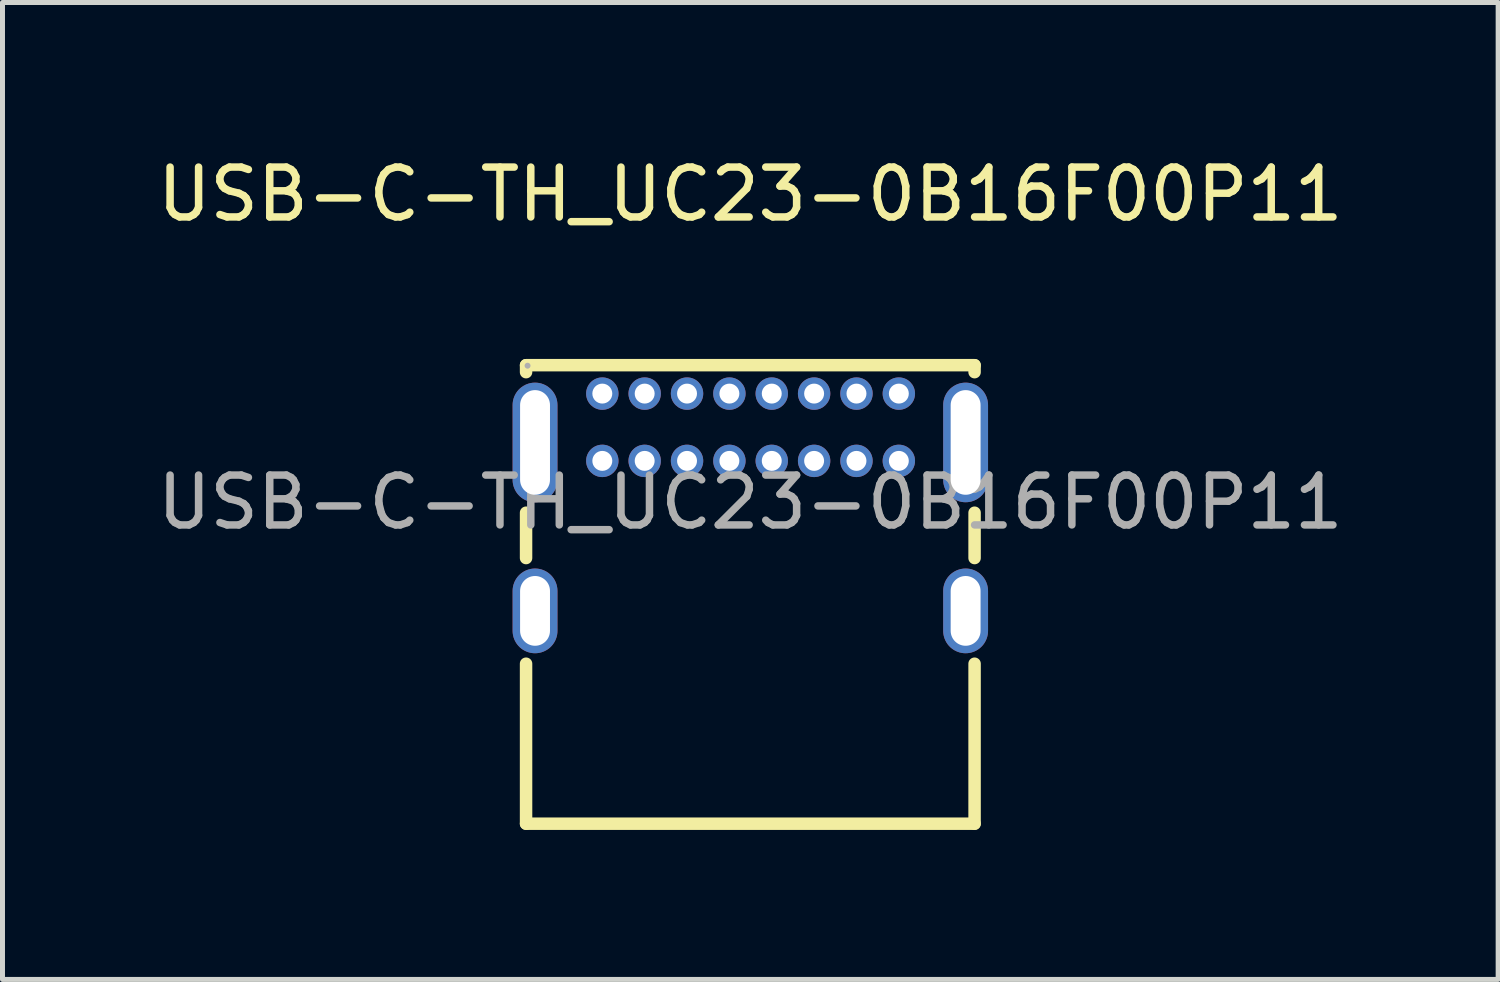
<source format=kicad_pcb>
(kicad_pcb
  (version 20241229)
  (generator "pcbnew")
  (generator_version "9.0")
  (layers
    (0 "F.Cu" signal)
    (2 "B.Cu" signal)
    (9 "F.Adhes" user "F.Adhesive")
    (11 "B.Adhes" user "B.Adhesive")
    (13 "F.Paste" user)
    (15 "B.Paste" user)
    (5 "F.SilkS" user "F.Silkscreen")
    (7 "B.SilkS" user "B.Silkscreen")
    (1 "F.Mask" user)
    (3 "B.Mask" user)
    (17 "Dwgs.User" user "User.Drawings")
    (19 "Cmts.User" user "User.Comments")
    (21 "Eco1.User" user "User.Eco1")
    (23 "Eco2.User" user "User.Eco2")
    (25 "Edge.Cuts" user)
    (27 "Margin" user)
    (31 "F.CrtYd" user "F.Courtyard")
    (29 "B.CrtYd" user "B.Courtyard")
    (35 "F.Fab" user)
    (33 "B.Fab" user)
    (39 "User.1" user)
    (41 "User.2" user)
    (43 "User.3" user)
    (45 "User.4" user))
  (footprint "USB-C-TH_UC23-0B16F00P11"
    (layer "F.Cu")
    (at 12.006 7.028)
    (property "Reference" "USB-C-TH_UC23-0B16F00P11" (at 0 -6.18 0) (layer "F.SilkS") (effects (font (size 1 1) (thickness 0.15))))
    (attr through_hole)
    (fp_line (start -4.5 -2.75) (end -4.5 -2.61) (stroke (width 0.25) (type solid)) (layer "F.SilkS"))
    (fp_line (start -4.5 0.21) (end -4.5 1.12) (stroke (width 0.25) (type solid)) (layer "F.SilkS"))
    (fp_line (start -4.5 3.24) (end -4.5 6.45) (stroke (width 0.25) (type solid)) (layer "F.SilkS"))
    (fp_line (start -4.5 6.45) (end 4.5 6.45) (stroke (width 0.25) (type solid)) (layer "F.SilkS"))
    (fp_line (start 4.5 -2.75) (end -4.5 -2.75) (stroke (width 0.25) (type solid)) (layer "F.SilkS"))
    (fp_line (start 4.5 -2.61) (end 4.5 -2.75) (stroke (width 0.25) (type solid)) (layer "F.SilkS"))
    (fp_line (start 4.5 1.12) (end 4.5 0.21) (stroke (width 0.25) (type solid)) (layer "F.SilkS"))
    (fp_line (start 4.5 6.45) (end 4.5 3.24) (stroke (width 0.25) (type solid)) (layer "F.SilkS"))
    (fp_circle (center -4.47 -2.74) (end -4.44 -2.74) (stroke (width 0.06) (type solid)) (fill no) (layer "F.Fab"))
    (fp_text user "${REFERENCE}" (at 0 0 0) (layer "F.Fab") (effects (font (size 1 1) (thickness 0.15))))
    (pad "17" thru_hole oval (at 4.32 -1.2) (size 0.9 2.4) (drill oval 0.6 2.1) (layers "*.Cu" "*.Mask"))
    (pad "18" thru_hole oval (at 4.32 2.18) (size 0.9 1.7) (drill oval 0.6 1.4) (layers "*.Cu" "*.Mask"))
    (pad "19" thru_hole oval (at -4.32 2.18) (size 0.9 1.7) (drill oval 0.6 1.4) (layers "*.Cu" "*.Mask"))
    (pad "20" thru_hole oval (at -4.32 -1.2) (size 0.9 2.4) (drill oval 0.6 2.1) (layers "*.Cu" "*.Mask"))
    (pad "A1" thru_hole circle (at -2.97 -2.18) (size 0.65 0.65) (drill 0.4) (layers "*.Cu" "*.Mask"))
    (pad "A4" thru_hole circle (at -2.12 -2.18) (size 0.65 0.65) (drill 0.4) (layers "*.Cu" "*.Mask"))
    (pad "A5" thru_hole circle (at -1.27 -2.18) (size 0.65 0.65) (drill 0.4) (layers "*.Cu" "*.Mask"))
    (pad "A6" thru_hole circle (at -0.42 -2.18) (size 0.65 0.65) (drill 0.4) (layers "*.Cu" "*.Mask"))
    (pad "A7" thru_hole circle (at 0.43 -2.18) (size 0.65 0.65) (drill 0.4) (layers "*.Cu" "*.Mask"))
    (pad "A8" thru_hole circle (at 1.28 -2.18) (size 0.65 0.65) (drill 0.4) (layers "*.Cu" "*.Mask"))
    (pad "A9" thru_hole circle (at 2.13 -2.18) (size 0.65 0.65) (drill 0.4) (layers "*.Cu" "*.Mask"))
    (pad "A12" thru_hole circle (at 2.98 -2.18) (size 0.65 0.65) (drill 0.4) (layers "*.Cu" "*.Mask"))
    (pad "B1" thru_hole circle (at 2.98 -0.83) (size 0.65 0.65) (drill 0.4) (layers "*.Cu" "*.Mask"))
    (pad "B4" thru_hole circle (at 2.13 -0.83) (size 0.65 0.65) (drill 0.4) (layers "*.Cu" "*.Mask"))
    (pad "B5" thru_hole circle (at 1.28 -0.83) (size 0.65 0.65) (drill 0.4) (layers "*.Cu" "*.Mask"))
    (pad "B6" thru_hole circle (at 0.43 -0.83) (size 0.65 0.65) (drill 0.4) (layers "*.Cu" "*.Mask"))
    (pad "B7" thru_hole circle (at -0.42 -0.83) (size 0.65 0.65) (drill 0.4) (layers "*.Cu" "*.Mask"))
    (pad "B8" thru_hole circle (at -1.27 -0.83) (size 0.65 0.65) (drill 0.4) (layers "*.Cu" "*.Mask"))
    (pad "B9" thru_hole circle (at -2.12 -0.83) (size 0.65 0.65) (drill 0.4) (layers "*.Cu" "*.Mask"))
    (pad "B12" thru_hole circle (at -2.97 -0.83) (size 0.65 0.65) (drill 0.4) (layers "*.Cu" "*.Mask")))
  (gr_rect
    (start -3 -3)
    (end 27.012 16.603)
    (stroke (width 0.1) (type default))
    (fill no)
    (layer "Edge.Cuts")))
</source>
